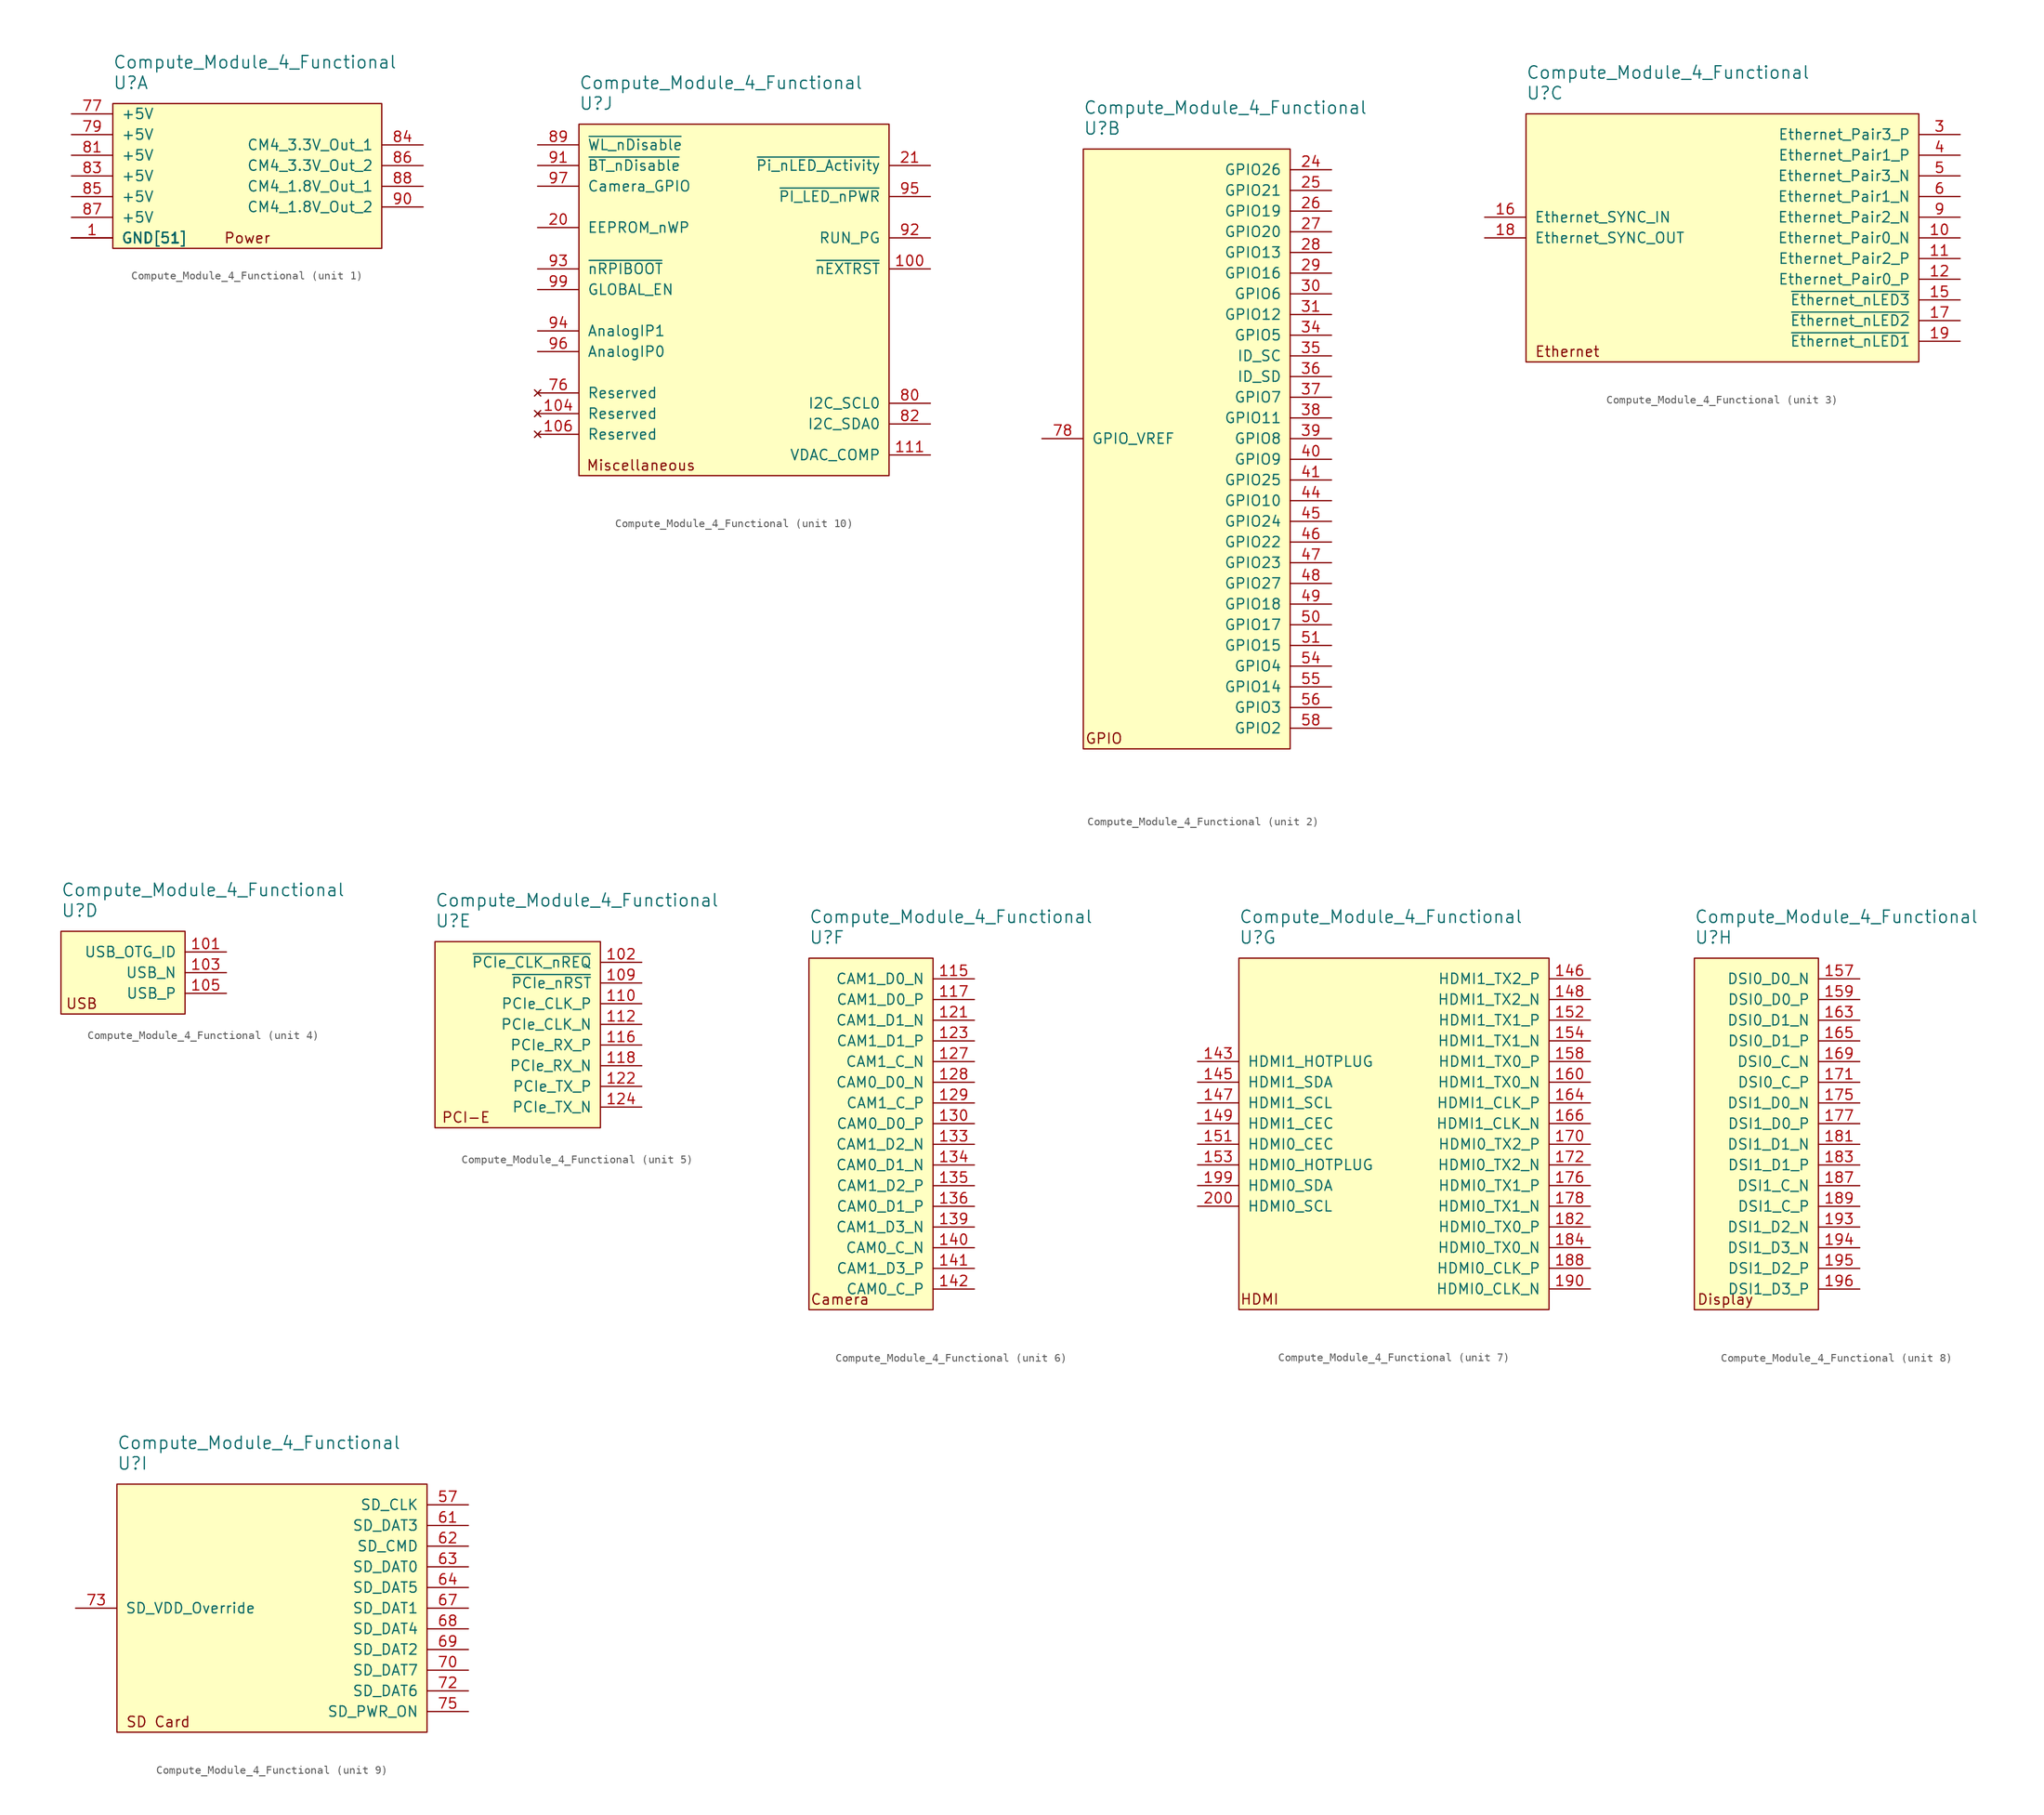
<source format=kicad_sym>
(kicad_symbol_lib
  (version 20231120)
  (generator "kicad_symbol_editor")
  (generator_version "8.0")
  (symbol "Compute_Module_4_Functional"
    (pin_names
      (offset 1.016))
    (property "Reference" "U"
      (at 5.08 5.08 0)
      (effects (font (size 1.524 1.524)) (justify left)))
    (property "Value" "Compute_Module_4_Functional"
      (at 5.08 7.62 0)
      (effects (font (size 1.524 1.524)) (justify left)))
    (property "ki_locked" ""
      (at 0 0 0)
      (effects (font (size 1.27 1.27))))
    (symbol "Compute_Module_4_Functional_1_0"
      (text "Power" (at 21.59 -13.97 0) (effects (font (size 1.27 1.27)))))
    (symbol "Compute_Module_4_Functional_1_1"
      (rectangle (start 5.08 2.54) (end 38.1 -15.24) (stroke (width 0) (type solid)) (fill (type background)))
      (pin power_in line (at 0 -13.97 0) (length 5.08) (name "GND[51]" (effects (font (size 1.27 1.27)))) (number "1" (effects (font (size 1.27 1.27)))))
      (pin power_in line (at 0 -13.97 0) (length 5.08) (name "GND[51]" (effects (font (size 1.27 1.27)))) (number "107" (effects (font (size 0 0)))))
      (pin power_in line (at 0 -13.97 0) (length 5.08) (name "GND[51]" (effects (font (size 1.27 1.27)))) (number "108" (effects (font (size 0 0)))))
      (pin power_in line (at 0 -13.97 0) (length 5.08) (name "GND[51]" (effects (font (size 1.27 1.27)))) (number "113" (effects (font (size 0 0)))))
      (pin power_in line (at 0 -13.97 0) (length 5.08) (name "GND[51]" (effects (font (size 1.27 1.27)))) (number "114" (effects (font (size 0 0)))))
      (pin power_in line (at 0 -13.97 0) (length 5.08) (name "GND[51]" (effects (font (size 1.27 1.27)))) (number "119" (effects (font (size 0 0)))))
      (pin power_in line (at 0 -13.97 0) (length 5.08) (name "GND[51]" (effects (font (size 1.27 1.27)))) (number "120" (effects (font (size 0 0)))))
      (pin power_in line (at 0 -13.97 0) (length 5.08) (name "GND[51]" (effects (font (size 1.27 1.27)))) (number "125" (effects (font (size 0 0)))))
      (pin power_in line (at 0 -13.97 0) (length 5.08) (name "GND[51]" (effects (font (size 1.27 1.27)))) (number "126" (effects (font (size 0 0)))))
      (pin power_in line (at 0 -13.97 0) (length 5.08) (name "GND[51]" (effects (font (size 1.27 1.27)))) (number "13" (effects (font (size 0 0)))))
      (pin power_in line (at 0 -13.97 0) (length 5.08) (name "GND[51]" (effects (font (size 1.27 1.27)))) (number "131" (effects (font (size 0 0)))))
      (pin power_in line (at 0 -13.97 0) (length 5.08) (name "GND[51]" (effects (font (size 1.27 1.27)))) (number "132" (effects (font (size 0 0)))))
      (pin power_in line (at 0 -13.97 0) (length 5.08) (name "GND[51]" (effects (font (size 1.27 1.27)))) (number "137" (effects (font (size 0 0)))))
      (pin power_in line (at 0 -13.97 0) (length 5.08) (name "GND[51]" (effects (font (size 1.27 1.27)))) (number "138" (effects (font (size 0 0)))))
      (pin power_in line (at 0 -13.97 0) (length 5.08) (name "GND[51]" (effects (font (size 1.27 1.27)))) (number "14" (effects (font (size 0 0)))))
      (pin power_in line (at 0 -13.97 0) (length 5.08) (name "GND[51]" (effects (font (size 1.27 1.27)))) (number "144" (effects (font (size 0 0)))))
      (pin power_in line (at 0 -13.97 0) (length 5.08) (name "GND[51]" (effects (font (size 1.27 1.27)))) (number "150" (effects (font (size 0 0)))))
      (pin power_in line (at 0 -13.97 0) (length 5.08) (name "GND[51]" (effects (font (size 1.27 1.27)))) (number "155" (effects (font (size 0 0)))))
      (pin power_in line (at 0 -13.97 0) (length 5.08) (name "GND[51]" (effects (font (size 1.27 1.27)))) (number "156" (effects (font (size 0 0)))))
      (pin power_in line (at 0 -13.97 0) (length 5.08) (name "GND[51]" (effects (font (size 1.27 1.27)))) (number "161" (effects (font (size 0 0)))))
      (pin power_in line (at 0 -13.97 0) (length 5.08) (name "GND[51]" (effects (font (size 1.27 1.27)))) (number "162" (effects (font (size 0 0)))))
      (pin power_in line (at 0 -13.97 0) (length 5.08) (name "GND[51]" (effects (font (size 1.27 1.27)))) (number "167" (effects (font (size 0 0)))))
      (pin power_in line (at 0 -13.97 0) (length 5.08) (name "GND[51]" (effects (font (size 1.27 1.27)))) (number "168" (effects (font (size 0 0)))))
      (pin power_in line (at 0 -13.97 0) (length 5.08) (name "GND[51]" (effects (font (size 1.27 1.27)))) (number "173" (effects (font (size 0 0)))))
      (pin power_in line (at 0 -13.97 0) (length 5.08) (name "GND[51]" (effects (font (size 1.27 1.27)))) (number "174" (effects (font (size 0 0)))))
      (pin power_in line (at 0 -13.97 0) (length 5.08) (name "GND[51]" (effects (font (size 1.27 1.27)))) (number "179" (effects (font (size 0 0)))))
      (pin power_in line (at 0 -13.97 0) (length 5.08) (name "GND[51]" (effects (font (size 1.27 1.27)))) (number "180" (effects (font (size 0 0)))))
      (pin power_in line (at 0 -13.97 0) (length 5.08) (name "GND[51]" (effects (font (size 1.27 1.27)))) (number "185" (effects (font (size 0 0)))))
      (pin power_in line (at 0 -13.97 0) (length 5.08) (name "GND[51]" (effects (font (size 1.27 1.27)))) (number "186" (effects (font (size 0 0)))))
      (pin power_in line (at 0 -13.97 0) (length 5.08) (name "GND[51]" (effects (font (size 1.27 1.27)))) (number "191" (effects (font (size 0 0)))))
      (pin power_in line (at 0 -13.97 0) (length 5.08) (name "GND[51]" (effects (font (size 1.27 1.27)))) (number "192" (effects (font (size 0 0)))))
      (pin power_in line (at 0 -13.97 0) (length 5.08) (name "GND[51]" (effects (font (size 1.27 1.27)))) (number "197" (effects (font (size 0 0)))))
      (pin power_in line (at 0 -13.97 0) (length 5.08) (name "GND[51]" (effects (font (size 1.27 1.27)))) (number "198" (effects (font (size 0 0)))))
      (pin power_in line (at 0 -13.97 0) (length 5.08) (name "GND[51]" (effects (font (size 1.27 1.27)))) (number "2" (effects (font (size 0 0)))))
      (pin power_in line (at 0 -13.97 0) (length 5.08) (name "GND[51]" (effects (font (size 1.27 1.27)))) (number "22" (effects (font (size 0 0)))))
      (pin power_in line (at 0 -13.97 0) (length 5.08) (name "GND[51]" (effects (font (size 1.27 1.27)))) (number "23" (effects (font (size 0 0)))))
      (pin power_in line (at 0 -13.97 0) (length 5.08) (name "GND[51]" (effects (font (size 1.27 1.27)))) (number "32" (effects (font (size 0 0)))))
      (pin power_in line (at 0 -13.97 0) (length 5.08) (name "GND[51]" (effects (font (size 1.27 1.27)))) (number "33" (effects (font (size 0 0)))))
      (pin power_in line (at 0 -13.97 0) (length 5.08) (name "GND[51]" (effects (font (size 1.27 1.27)))) (number "42" (effects (font (size 0 0)))))
      (pin power_in line (at 0 -13.97 0) (length 5.08) (name "GND[51]" (effects (font (size 1.27 1.27)))) (number "43" (effects (font (size 0 0)))))
      (pin power_in line (at 0 -13.97 0) (length 5.08) (name "GND[51]" (effects (font (size 1.27 1.27)))) (number "52" (effects (font (size 0 0)))))
      (pin power_in line (at 0 -13.97 0) (length 5.08) (name "GND[51]" (effects (font (size 1.27 1.27)))) (number "53" (effects (font (size 0 0)))))
      (pin power_in line (at 0 -13.97 0) (length 5.08) (name "GND[51]" (effects (font (size 1.27 1.27)))) (number "59" (effects (font (size 0 0)))))
      (pin power_in line (at 0 -13.97 0) (length 5.08) (name "GND[51]" (effects (font (size 1.27 1.27)))) (number "60" (effects (font (size 0 0)))))
      (pin power_in line (at 0 -13.97 0) (length 5.08) (name "GND[51]" (effects (font (size 1.27 1.27)))) (number "65" (effects (font (size 0 0)))))
      (pin power_in line (at 0 -13.97 0) (length 5.08) (name "GND[51]" (effects (font (size 1.27 1.27)))) (number "66" (effects (font (size 0 0)))))
      (pin power_in line (at 0 -13.97 0) (length 5.08) (name "GND[51]" (effects (font (size 1.27 1.27)))) (number "7" (effects (font (size 0 0)))))
      (pin power_in line (at 0 -13.97 0) (length 5.08) (name "GND[51]" (effects (font (size 1.27 1.27)))) (number "71" (effects (font (size 0 0)))))
      (pin power_in line (at 0 -13.97 0) (length 5.08) (name "GND[51]" (effects (font (size 1.27 1.27)))) (number "74" (effects (font (size 0 0)))))
      (pin power_in line (at 0 1.27 0) (length 5.08) (name "+5V" (effects (font (size 1.27 1.27)))) (number "77" (effects (font (size 1.27 1.27)))))
      (pin power_in line (at 0 -1.27 0) (length 5.08) (name "+5V" (effects (font (size 1.27 1.27)))) (number "79" (effects (font (size 1.27 1.27)))))
      (pin power_in line (at 0 -13.97 0) (length 5.08) (name "GND[51]" (effects (font (size 1.27 1.27)))) (number "8" (effects (font (size 0 0)))))
      (pin power_in line (at 0 -3.81 0) (length 5.08) (name "+5V" (effects (font (size 1.27 1.27)))) (number "81" (effects (font (size 1.27 1.27)))))
      (pin power_in line (at 0 -6.35 0) (length 5.08) (name "+5V" (effects (font (size 1.27 1.27)))) (number "83" (effects (font (size 1.27 1.27)))))
      (pin power_out line (at 43.18 -2.54 180) (length 5.08) (name "CM4_3.3V_Out_1" (effects (font (size 1.27 1.27)))) (number "84" (effects (font (size 1.27 1.27)))))
      (pin power_in line (at 0 -8.89 0) (length 5.08) (name "+5V" (effects (font (size 1.27 1.27)))) (number "85" (effects (font (size 1.27 1.27)))))
      (pin power_out line (at 43.18 -5.08 180) (length 5.08) (name "CM4_3.3V_Out_2" (effects (font (size 1.27 1.27)))) (number "86" (effects (font (size 1.27 1.27)))))
      (pin power_in line (at 0 -11.43 0) (length 5.08) (name "+5V" (effects (font (size 1.27 1.27)))) (number "87" (effects (font (size 1.27 1.27)))))
      (pin power_out line (at 43.18 -7.62 180) (length 5.08) (name "CM4_1.8V_Out_1" (effects (font (size 1.27 1.27)))) (number "88" (effects (font (size 1.27 1.27)))))
      (pin power_out line (at 43.18 -10.16 180) (length 5.08) (name "CM4_1.8V_Out_2" (effects (font (size 1.27 1.27)))) (number "90" (effects (font (size 1.27 1.27)))))
      (pin power_in line (at 0 -13.97 0) (length 5.08) (name "GND[51]" (effects (font (size 1.27 1.27)))) (number "98" (effects (font (size 0 0))))))
    (symbol "Compute_Module_4_Functional_2_0"
      (text "GPIO" (at 7.62 -69.85 0) (effects (font (size 1.27 1.27)))))
    (symbol "Compute_Module_4_Functional_2_1"
      (rectangle (start 5.08 2.54) (end 30.48 -71.12) (stroke (width 0) (type solid)) (fill (type background)))
      (pin passive line (at 35.56 0 180) (length 5.08) (name "GPIO26" (effects (font (size 1.27 1.27)))) (number "24" (effects (font (size 1.27 1.27)))))
      (pin passive line (at 35.56 -2.54 180) (length 5.08) (name "GPIO21" (effects (font (size 1.27 1.27)))) (number "25" (effects (font (size 1.27 1.27)))))
      (pin passive line (at 35.56 -5.08 180) (length 5.08) (name "GPIO19" (effects (font (size 1.27 1.27)))) (number "26" (effects (font (size 1.27 1.27)))))
      (pin passive line (at 35.56 -7.62 180) (length 5.08) (name "GPIO20" (effects (font (size 1.27 1.27)))) (number "27" (effects (font (size 1.27 1.27)))))
      (pin passive line (at 35.56 -10.16 180) (length 5.08) (name "GPIO13" (effects (font (size 1.27 1.27)))) (number "28" (effects (font (size 1.27 1.27)))))
      (pin passive line (at 35.56 -12.7 180) (length 5.08) (name "GPIO16" (effects (font (size 1.27 1.27)))) (number "29" (effects (font (size 1.27 1.27)))))
      (pin passive line (at 35.56 -15.24 180) (length 5.08) (name "GPIO6" (effects (font (size 1.27 1.27)))) (number "30" (effects (font (size 1.27 1.27)))))
      (pin passive line (at 35.56 -17.78 180) (length 5.08) (name "GPIO12" (effects (font (size 1.27 1.27)))) (number "31" (effects (font (size 1.27 1.27)))))
      (pin passive line (at 35.56 -20.32 180) (length 5.08) (name "GPIO5" (effects (font (size 1.27 1.27)))) (number "34" (effects (font (size 1.27 1.27)))))
      (pin passive line (at 35.56 -22.86 180) (length 5.08) (name "ID_SC" (effects (font (size 1.27 1.27)))) (number "35" (effects (font (size 1.27 1.27)))))
      (pin passive line (at 35.56 -25.4 180) (length 5.08) (name "ID_SD" (effects (font (size 1.27 1.27)))) (number "36" (effects (font (size 1.27 1.27)))))
      (pin passive line (at 35.56 -27.94 180) (length 5.08) (name "GPIO7" (effects (font (size 1.27 1.27)))) (number "37" (effects (font (size 1.27 1.27)))))
      (pin passive line (at 35.56 -30.48 180) (length 5.08) (name "GPIO11" (effects (font (size 1.27 1.27)))) (number "38" (effects (font (size 1.27 1.27)))))
      (pin passive line (at 35.56 -33.02 180) (length 5.08) (name "GPIO8" (effects (font (size 1.27 1.27)))) (number "39" (effects (font (size 1.27 1.27)))))
      (pin passive line (at 35.56 -35.56 180) (length 5.08) (name "GPIO9" (effects (font (size 1.27 1.27)))) (number "40" (effects (font (size 1.27 1.27)))))
      (pin passive line (at 35.56 -38.1 180) (length 5.08) (name "GPIO25" (effects (font (size 1.27 1.27)))) (number "41" (effects (font (size 1.27 1.27)))))
      (pin passive line (at 35.56 -40.64 180) (length 5.08) (name "GPIO10" (effects (font (size 1.27 1.27)))) (number "44" (effects (font (size 1.27 1.27)))))
      (pin passive line (at 35.56 -43.18 180) (length 5.08) (name "GPIO24" (effects (font (size 1.27 1.27)))) (number "45" (effects (font (size 1.27 1.27)))))
      (pin passive line (at 35.56 -45.72 180) (length 5.08) (name "GPIO22" (effects (font (size 1.27 1.27)))) (number "46" (effects (font (size 1.27 1.27)))))
      (pin passive line (at 35.56 -48.26 180) (length 5.08) (name "GPIO23" (effects (font (size 1.27 1.27)))) (number "47" (effects (font (size 1.27 1.27)))))
      (pin passive line (at 35.56 -50.8 180) (length 5.08) (name "GPIO27" (effects (font (size 1.27 1.27)))) (number "48" (effects (font (size 1.27 1.27)))))
      (pin passive line (at 35.56 -53.34 180) (length 5.08) (name "GPIO18" (effects (font (size 1.27 1.27)))) (number "49" (effects (font (size 1.27 1.27)))))
      (pin passive line (at 35.56 -55.88 180) (length 5.08) (name "GPIO17" (effects (font (size 1.27 1.27)))) (number "50" (effects (font (size 1.27 1.27)))))
      (pin passive line (at 35.56 -58.42 180) (length 5.08) (name "GPIO15" (effects (font (size 1.27 1.27)))) (number "51" (effects (font (size 1.27 1.27)))))
      (pin passive line (at 35.56 -60.96 180) (length 5.08) (name "GPIO4" (effects (font (size 1.27 1.27)))) (number "54" (effects (font (size 1.27 1.27)))))
      (pin passive line (at 35.56 -63.5 180) (length 5.08) (name "GPIO14" (effects (font (size 1.27 1.27)))) (number "55" (effects (font (size 1.27 1.27)))))
      (pin passive line (at 35.56 -66.04 180) (length 5.08) (name "GPIO3" (effects (font (size 1.27 1.27)))) (number "56" (effects (font (size 1.27 1.27)))))
      (pin passive line (at 35.56 -68.58 180) (length 5.08) (name "GPIO2" (effects (font (size 1.27 1.27)))) (number "58" (effects (font (size 1.27 1.27)))))
      (pin power_in line (at 0 -33.02 0) (length 5.08) (name "GPIO_VREF" (effects (font (size 1.27 1.27)))) (number "78" (effects (font (size 1.27 1.27))))))
    (symbol "Compute_Module_4_Functional_3_0"
      (text "Ethernet" (at 10.16 -26.67 0) (effects (font (size 1.27 1.27)))))
    (symbol "Compute_Module_4_Functional_3_1"
      (rectangle (start 5.08 2.54) (end 53.34 -27.94) (stroke (width 0) (type solid)) (fill (type background)))
      (pin passive line (at 58.42 -12.7 180) (length 5.08) (name "Ethernet_Pair0_N" (effects (font (size 1.27 1.27)))) (number "10" (effects (font (size 1.27 1.27)))))
      (pin passive line (at 58.42 -15.24 180) (length 5.08) (name "Ethernet_Pair2_P" (effects (font (size 1.27 1.27)))) (number "11" (effects (font (size 1.27 1.27)))))
      (pin passive line (at 58.42 -17.78 180) (length 5.08) (name "Ethernet_Pair0_P" (effects (font (size 1.27 1.27)))) (number "12" (effects (font (size 1.27 1.27)))))
      (pin output line (at 58.42 -20.32 180) (length 5.08) (name "~{Ethernet_nLED3}" (effects (font (size 1.27 1.27)))) (number "15" (effects (font (size 1.27 1.27)))))
      (pin input line (at 0 -10.16 0) (length 5.08) (name "Ethernet_SYNC_IN" (effects (font (size 1.27 1.27)))) (number "16" (effects (font (size 1.27 1.27)))))
      (pin output line (at 58.42 -22.86 180) (length 5.08) (name "~{Ethernet_nLED2}" (effects (font (size 1.27 1.27)))) (number "17" (effects (font (size 1.27 1.27)))))
      (pin input line (at 0 -12.7 0) (length 5.08) (name "Ethernet_SYNC_OUT" (effects (font (size 1.27 1.27)))) (number "18" (effects (font (size 1.27 1.27)))))
      (pin output line (at 58.42 -25.4 180) (length 5.08) (name "~{Ethernet_nLED1}" (effects (font (size 1.27 1.27)))) (number "19" (effects (font (size 1.27 1.27)))))
      (pin passive line (at 58.42 0 180) (length 5.08) (name "Ethernet_Pair3_P" (effects (font (size 1.27 1.27)))) (number "3" (effects (font (size 1.27 1.27)))))
      (pin passive line (at 58.42 -2.54 180) (length 5.08) (name "Ethernet_Pair1_P" (effects (font (size 1.27 1.27)))) (number "4" (effects (font (size 1.27 1.27)))))
      (pin passive line (at 58.42 -5.08 180) (length 5.08) (name "Ethernet_Pair3_N" (effects (font (size 1.27 1.27)))) (number "5" (effects (font (size 1.27 1.27)))))
      (pin passive line (at 58.42 -7.62 180) (length 5.08) (name "Ethernet_Pair1_N" (effects (font (size 1.27 1.27)))) (number "6" (effects (font (size 1.27 1.27)))))
      (pin passive line (at 58.42 -10.16 180) (length 5.08) (name "Ethernet_Pair2_N" (effects (font (size 1.27 1.27)))) (number "9" (effects (font (size 1.27 1.27))))))
    (symbol "Compute_Module_4_Functional_4_0"
      (text "USB" (at 7.62 -6.35 0) (effects (font (size 1.27 1.27)))))
    (symbol "Compute_Module_4_Functional_4_1"
      (rectangle (start 5.08 2.54) (end 20.32 -7.62) (stroke (width 0) (type solid)) (fill (type background)))
      (pin input line (at 25.4 0 180) (length 5.08) (name "USB_OTG_ID" (effects (font (size 1.27 1.27)))) (number "101" (effects (font (size 1.27 1.27)))))
      (pin passive line (at 25.4 -2.54 180) (length 5.08) (name "USB_N" (effects (font (size 1.27 1.27)))) (number "103" (effects (font (size 1.27 1.27)))))
      (pin passive line (at 25.4 -5.08 180) (length 5.08) (name "USB_P" (effects (font (size 1.27 1.27)))) (number "105" (effects (font (size 1.27 1.27))))))
    (symbol "Compute_Module_4_Functional_5_0"
      (text "PCI-E" (at 8.89 -19.05 0) (effects (font (size 1.27 1.27)))))
    (symbol "Compute_Module_4_Functional_5_1"
      (rectangle (start 5.08 2.54) (end 25.4 -20.32) (stroke (width 0) (type solid)) (fill (type background)))
      (pin input line (at 30.48 0 180) (length 5.08) (name "~{PCIe_CLK_nREQ}" (effects (font (size 1.27 1.27)))) (number "102" (effects (font (size 1.27 1.27)))))
      (pin output line (at 30.48 -2.54 180) (length 5.08) (name "~{PCIe_nRST}" (effects (font (size 1.27 1.27)))) (number "109" (effects (font (size 1.27 1.27)))))
      (pin output line (at 30.48 -5.08 180) (length 5.08) (name "PCIe_CLK_P" (effects (font (size 1.27 1.27)))) (number "110" (effects (font (size 1.27 1.27)))))
      (pin output line (at 30.48 -7.62 180) (length 5.08) (name "PCIe_CLK_N" (effects (font (size 1.27 1.27)))) (number "112" (effects (font (size 1.27 1.27)))))
      (pin input line (at 30.48 -10.16 180) (length 5.08) (name "PCIe_RX_P" (effects (font (size 1.27 1.27)))) (number "116" (effects (font (size 1.27 1.27)))))
      (pin input line (at 30.48 -12.7 180) (length 5.08) (name "PCIe_RX_N" (effects (font (size 1.27 1.27)))) (number "118" (effects (font (size 1.27 1.27)))))
      (pin output line (at 30.48 -15.24 180) (length 5.08) (name "PCIe_TX_P" (effects (font (size 1.27 1.27)))) (number "122" (effects (font (size 1.27 1.27)))))
      (pin output line (at 30.48 -17.78 180) (length 5.08) (name "PCIe_TX_N" (effects (font (size 1.27 1.27)))) (number "124" (effects (font (size 1.27 1.27))))))
    (symbol "Compute_Module_4_Functional_6_0"
      (text "Camera" (at 8.89 -39.37 0) (effects (font (size 1.27 1.27)))))
    (symbol "Compute_Module_4_Functional_6_1"
      (rectangle (start 5.08 2.54) (end 20.32 -40.64) (stroke (width 0) (type solid)) (fill (type background)))
      (pin input line (at 25.4 0 180) (length 5.08) (name "CAM1_D0_N" (effects (font (size 1.27 1.27)))) (number "115" (effects (font (size 1.27 1.27)))))
      (pin input line (at 25.4 -2.54 180) (length 5.08) (name "CAM1_D0_P" (effects (font (size 1.27 1.27)))) (number "117" (effects (font (size 1.27 1.27)))))
      (pin input line (at 25.4 -5.08 180) (length 5.08) (name "CAM1_D1_N" (effects (font (size 1.27 1.27)))) (number "121" (effects (font (size 1.27 1.27)))))
      (pin input line (at 25.4 -7.62 180) (length 5.08) (name "CAM1_D1_P" (effects (font (size 1.27 1.27)))) (number "123" (effects (font (size 1.27 1.27)))))
      (pin input line (at 25.4 -10.16 180) (length 5.08) (name "CAM1_C_N" (effects (font (size 1.27 1.27)))) (number "127" (effects (font (size 1.27 1.27)))))
      (pin input line (at 25.4 -12.7 180) (length 5.08) (name "CAM0_D0_N" (effects (font (size 1.27 1.27)))) (number "128" (effects (font (size 1.27 1.27)))))
      (pin input line (at 25.4 -15.24 180) (length 5.08) (name "CAM1_C_P" (effects (font (size 1.27 1.27)))) (number "129" (effects (font (size 1.27 1.27)))))
      (pin input line (at 25.4 -17.78 180) (length 5.08) (name "CAM0_D0_P" (effects (font (size 1.27 1.27)))) (number "130" (effects (font (size 1.27 1.27)))))
      (pin input line (at 25.4 -20.32 180) (length 5.08) (name "CAM1_D2_N" (effects (font (size 1.27 1.27)))) (number "133" (effects (font (size 1.27 1.27)))))
      (pin input line (at 25.4 -22.86 180) (length 5.08) (name "CAM0_D1_N" (effects (font (size 1.27 1.27)))) (number "134" (effects (font (size 1.27 1.27)))))
      (pin input line (at 25.4 -25.4 180) (length 5.08) (name "CAM1_D2_P" (effects (font (size 1.27 1.27)))) (number "135" (effects (font (size 1.27 1.27)))))
      (pin input line (at 25.4 -27.94 180) (length 5.08) (name "CAM0_D1_P" (effects (font (size 1.27 1.27)))) (number "136" (effects (font (size 1.27 1.27)))))
      (pin input line (at 25.4 -30.48 180) (length 5.08) (name "CAM1_D3_N" (effects (font (size 1.27 1.27)))) (number "139" (effects (font (size 1.27 1.27)))))
      (pin input line (at 25.4 -33.02 180) (length 5.08) (name "CAM0_C_N" (effects (font (size 1.27 1.27)))) (number "140" (effects (font (size 1.27 1.27)))))
      (pin input line (at 25.4 -35.56 180) (length 5.08) (name "CAM1_D3_P" (effects (font (size 1.27 1.27)))) (number "141" (effects (font (size 1.27 1.27)))))
      (pin input line (at 25.4 -38.1 180) (length 5.08) (name "CAM0_C_P" (effects (font (size 1.27 1.27)))) (number "142" (effects (font (size 1.27 1.27))))))
    (symbol "Compute_Module_4_Functional_7_0"
      (text "HDMI" (at 7.62 -39.37 0) (effects (font (size 1.27 1.27)))))
    (symbol "Compute_Module_4_Functional_7_1"
      (rectangle (start 5.08 2.54) (end 43.18 -40.64) (stroke (width 0) (type solid)) (fill (type background)))
      (pin input line (at 0 -10.16 0) (length 5.08) (name "HDMI1_HOTPLUG" (effects (font (size 1.27 1.27)))) (number "143" (effects (font (size 1.27 1.27)))))
      (pin bidirectional line (at 0 -12.7 0) (length 5.08) (name "HDMI1_SDA" (effects (font (size 1.27 1.27)))) (number "145" (effects (font (size 1.27 1.27)))))
      (pin output line (at 48.26 0 180) (length 5.08) (name "HDMI1_TX2_P" (effects (font (size 1.27 1.27)))) (number "146" (effects (font (size 1.27 1.27)))))
      (pin open_collector line (at 0 -15.24 0) (length 5.08) (name "HDMI1_SCL" (effects (font (size 1.27 1.27)))) (number "147" (effects (font (size 1.27 1.27)))))
      (pin output line (at 48.26 -2.54 180) (length 5.08) (name "HDMI1_TX2_N" (effects (font (size 1.27 1.27)))) (number "148" (effects (font (size 1.27 1.27)))))
      (pin open_collector line (at 0 -17.78 0) (length 5.08) (name "HDMI1_CEC" (effects (font (size 1.27 1.27)))) (number "149" (effects (font (size 1.27 1.27)))))
      (pin open_collector line (at 0 -20.32 0) (length 5.08) (name "HDMI0_CEC" (effects (font (size 1.27 1.27)))) (number "151" (effects (font (size 1.27 1.27)))))
      (pin output line (at 48.26 -5.08 180) (length 5.08) (name "HDMI1_TX1_P" (effects (font (size 1.27 1.27)))) (number "152" (effects (font (size 1.27 1.27)))))
      (pin input line (at 0 -22.86 0) (length 5.08) (name "HDMI0_HOTPLUG" (effects (font (size 1.27 1.27)))) (number "153" (effects (font (size 1.27 1.27)))))
      (pin output line (at 48.26 -7.62 180) (length 5.08) (name "HDMI1_TX1_N" (effects (font (size 1.27 1.27)))) (number "154" (effects (font (size 1.27 1.27)))))
      (pin output line (at 48.26 -10.16 180) (length 5.08) (name "HDMI1_TX0_P" (effects (font (size 1.27 1.27)))) (number "158" (effects (font (size 1.27 1.27)))))
      (pin output line (at 48.26 -12.7 180) (length 5.08) (name "HDMI1_TX0_N" (effects (font (size 1.27 1.27)))) (number "160" (effects (font (size 1.27 1.27)))))
      (pin output line (at 48.26 -15.24 180) (length 5.08) (name "HDMI1_CLK_P" (effects (font (size 1.27 1.27)))) (number "164" (effects (font (size 1.27 1.27)))))
      (pin output line (at 48.26 -17.78 180) (length 5.08) (name "HDMI1_CLK_N" (effects (font (size 1.27 1.27)))) (number "166" (effects (font (size 1.27 1.27)))))
      (pin output line (at 48.26 -20.32 180) (length 5.08) (name "HDMI0_TX2_P" (effects (font (size 1.27 1.27)))) (number "170" (effects (font (size 1.27 1.27)))))
      (pin output line (at 48.26 -22.86 180) (length 5.08) (name "HDMI0_TX2_N" (effects (font (size 1.27 1.27)))) (number "172" (effects (font (size 1.27 1.27)))))
      (pin output line (at 48.26 -25.4 180) (length 5.08) (name "HDMI0_TX1_P" (effects (font (size 1.27 1.27)))) (number "176" (effects (font (size 1.27 1.27)))))
      (pin output line (at 48.26 -27.94 180) (length 5.08) (name "HDMI0_TX1_N" (effects (font (size 1.27 1.27)))) (number "178" (effects (font (size 1.27 1.27)))))
      (pin output line (at 48.26 -30.48 180) (length 5.08) (name "HDMI0_TX0_P" (effects (font (size 1.27 1.27)))) (number "182" (effects (font (size 1.27 1.27)))))
      (pin output line (at 48.26 -33.02 180) (length 5.08) (name "HDMI0_TX0_N" (effects (font (size 1.27 1.27)))) (number "184" (effects (font (size 1.27 1.27)))))
      (pin output line (at 48.26 -35.56 180) (length 5.08) (name "HDMI0_CLK_P" (effects (font (size 1.27 1.27)))) (number "188" (effects (font (size 1.27 1.27)))))
      (pin output line (at 48.26 -38.1 180) (length 5.08) (name "HDMI0_CLK_N" (effects (font (size 1.27 1.27)))) (number "190" (effects (font (size 1.27 1.27)))))
      (pin bidirectional line (at 0 -25.4 0) (length 5.08) (name "HDMI0_SDA" (effects (font (size 1.27 1.27)))) (number "199" (effects (font (size 1.27 1.27)))))
      (pin open_collector line (at 0 -27.94 0) (length 5.08) (name "HDMI0_SCL" (effects (font (size 1.27 1.27)))) (number "200" (effects (font (size 1.27 1.27))))))
    (symbol "Compute_Module_4_Functional_8_0"
      (text "Display" (at 8.89 -39.37 0) (effects (font (size 1.27 1.27)))))
    (symbol "Compute_Module_4_Functional_8_1"
      (rectangle (start 5.08 2.54) (end 20.32 -40.64) (stroke (width 0) (type solid)) (fill (type background)))
      (pin output line (at 25.4 0 180) (length 5.08) (name "DSI0_D0_N" (effects (font (size 1.27 1.27)))) (number "157" (effects (font (size 1.27 1.27)))))
      (pin output line (at 25.4 -2.54 180) (length 5.08) (name "DSI0_D0_P" (effects (font (size 1.27 1.27)))) (number "159" (effects (font (size 1.27 1.27)))))
      (pin output line (at 25.4 -5.08 180) (length 5.08) (name "DSI0_D1_N" (effects (font (size 1.27 1.27)))) (number "163" (effects (font (size 1.27 1.27)))))
      (pin output line (at 25.4 -7.62 180) (length 5.08) (name "DSI0_D1_P" (effects (font (size 1.27 1.27)))) (number "165" (effects (font (size 1.27 1.27)))))
      (pin output line (at 25.4 -10.16 180) (length 5.08) (name "DSI0_C_N" (effects (font (size 1.27 1.27)))) (number "169" (effects (font (size 1.27 1.27)))))
      (pin output line (at 25.4 -12.7 180) (length 5.08) (name "DSI0_C_P" (effects (font (size 1.27 1.27)))) (number "171" (effects (font (size 1.27 1.27)))))
      (pin output line (at 25.4 -15.24 180) (length 5.08) (name "DSI1_D0_N" (effects (font (size 1.27 1.27)))) (number "175" (effects (font (size 1.27 1.27)))))
      (pin output line (at 25.4 -17.78 180) (length 5.08) (name "DSI1_D0_P" (effects (font (size 1.27 1.27)))) (number "177" (effects (font (size 1.27 1.27)))))
      (pin output line (at 25.4 -20.32 180) (length 5.08) (name "DSI1_D1_N" (effects (font (size 1.27 1.27)))) (number "181" (effects (font (size 1.27 1.27)))))
      (pin output line (at 25.4 -22.86 180) (length 5.08) (name "DSI1_D1_P" (effects (font (size 1.27 1.27)))) (number "183" (effects (font (size 1.27 1.27)))))
      (pin output line (at 25.4 -25.4 180) (length 5.08) (name "DSI1_C_N" (effects (font (size 1.27 1.27)))) (number "187" (effects (font (size 1.27 1.27)))))
      (pin output line (at 25.4 -27.94 180) (length 5.08) (name "DSI1_C_P" (effects (font (size 1.27 1.27)))) (number "189" (effects (font (size 1.27 1.27)))))
      (pin output line (at 25.4 -30.48 180) (length 5.08) (name "DSI1_D2_N" (effects (font (size 1.27 1.27)))) (number "193" (effects (font (size 1.27 1.27)))))
      (pin output line (at 25.4 -33.02 180) (length 5.08) (name "DSI1_D3_N" (effects (font (size 1.27 1.27)))) (number "194" (effects (font (size 1.27 1.27)))))
      (pin output line (at 25.4 -35.56 180) (length 5.08) (name "DSI1_D2_P" (effects (font (size 1.27 1.27)))) (number "195" (effects (font (size 1.27 1.27)))))
      (pin output line (at 25.4 -38.1 180) (length 5.08) (name "DSI1_D3_P" (effects (font (size 1.27 1.27)))) (number "196" (effects (font (size 1.27 1.27))))))
    (symbol "Compute_Module_4_Functional_9_0"
      (text "SD Card" (at 10.16 -26.67 0) (effects (font (size 1.27 1.27)))))
    (symbol "Compute_Module_4_Functional_9_1"
      (rectangle (start 5.08 2.54) (end 43.18 -27.94) (stroke (width 0) (type solid)) (fill (type background)))
      (pin passive line (at 48.26 0 180) (length 5.08) (name "SD_CLK" (effects (font (size 1.27 1.27)))) (number "57" (effects (font (size 1.27 1.27)))))
      (pin passive line (at 48.26 -2.54 180) (length 5.08) (name "SD_DAT3" (effects (font (size 1.27 1.27)))) (number "61" (effects (font (size 1.27 1.27)))))
      (pin passive line (at 48.26 -5.08 180) (length 5.08) (name "SD_CMD" (effects (font (size 1.27 1.27)))) (number "62" (effects (font (size 1.27 1.27)))))
      (pin passive line (at 48.26 -7.62 180) (length 5.08) (name "SD_DAT0" (effects (font (size 1.27 1.27)))) (number "63" (effects (font (size 1.27 1.27)))))
      (pin passive line (at 48.26 -10.16 180) (length 5.08) (name "SD_DAT5" (effects (font (size 1.27 1.27)))) (number "64" (effects (font (size 1.27 1.27)))))
      (pin passive line (at 48.26 -12.7 180) (length 5.08) (name "SD_DAT1" (effects (font (size 1.27 1.27)))) (number "67" (effects (font (size 1.27 1.27)))))
      (pin passive line (at 48.26 -15.24 180) (length 5.08) (name "SD_DAT4" (effects (font (size 1.27 1.27)))) (number "68" (effects (font (size 1.27 1.27)))))
      (pin passive line (at 48.26 -17.78 180) (length 5.08) (name "SD_DAT2" (effects (font (size 1.27 1.27)))) (number "69" (effects (font (size 1.27 1.27)))))
      (pin passive line (at 48.26 -20.32 180) (length 5.08) (name "SD_DAT7" (effects (font (size 1.27 1.27)))) (number "70" (effects (font (size 1.27 1.27)))))
      (pin passive line (at 48.26 -22.86 180) (length 5.08) (name "SD_DAT6" (effects (font (size 1.27 1.27)))) (number "72" (effects (font (size 1.27 1.27)))))
      (pin input line (at 0 -12.7 0) (length 5.08) (name "SD_VDD_Override" (effects (font (size 1.27 1.27)))) (number "73" (effects (font (size 1.27 1.27)))))
      (pin output line (at 48.26 -25.4 180) (length 5.08) (name "SD_PWR_ON" (effects (font (size 1.27 1.27)))) (number "75" (effects (font (size 1.27 1.27))))))
    (symbol "Compute_Module_4_Functional_10_0"
      (text "Miscellaneous" (at 12.7 -39.37 0) (effects (font (size 1.27 1.27)))))
    (symbol "Compute_Module_4_Functional_10_1"
      (rectangle (start 5.08 2.54) (end 43.18 -40.64) (stroke (width 0) (type solid)) (fill (type background)))
      (pin output line (at 48.26 -15.24 180) (length 5.08) (name "~{nEXTRST}" (effects (font (size 1.27 1.27)))) (number "100" (effects (font (size 1.27 1.27)))))
      (pin no_connect line (at 0 -33.02 0) (length 5.08) (name "Reserved" (effects (font (size 1.27 1.27)))) (number "104" (effects (font (size 1.27 1.27)))))
      (pin no_connect line (at 0 -35.56 0) (length 5.08) (name "Reserved" (effects (font (size 1.27 1.27)))) (number "106" (effects (font (size 1.27 1.27)))))
      (pin output line (at 48.26 -38.1 180) (length 5.08) (name "VDAC_COMP" (effects (font (size 1.27 1.27)))) (number "111" (effects (font (size 1.27 1.27)))))
      (pin input line (at 0 -10.16 0) (length 5.08) (name "EEPROM_nWP" (effects (font (size 1.27 1.27)))) (number "20" (effects (font (size 1.27 1.27)))))
      (pin open_collector line (at 48.26 -2.54 180) (length 5.08) (name "~{Pi_nLED_Activity}" (effects (font (size 1.27 1.27)))) (number "21" (effects (font (size 1.27 1.27)))))
      (pin no_connect line (at 0 -30.48 0) (length 5.08) (name "Reserved" (effects (font (size 1.27 1.27)))) (number "76" (effects (font (size 1.27 1.27)))))
      (pin bidirectional line (at 48.26 -31.75 180) (length 5.08) (name "I2C_SCL0" (effects (font (size 1.27 1.27)))) (number "80" (effects (font (size 1.27 1.27)))))
      (pin bidirectional line (at 48.26 -34.29 180) (length 5.08) (name "I2C_SDA0" (effects (font (size 1.27 1.27)))) (number "82" (effects (font (size 1.27 1.27)))))
      (pin input line (at 0 0 0) (length 5.08) (name "~{WL_nDisable}" (effects (font (size 1.27 1.27)))) (number "89" (effects (font (size 1.27 1.27)))))
      (pin input line (at 0 -2.54 0) (length 5.08) (name "~{BT_nDisable}" (effects (font (size 1.27 1.27)))) (number "91" (effects (font (size 1.27 1.27)))))
      (pin passive line (at 48.26 -11.43 180) (length 5.08) (name "RUN_PG" (effects (font (size 1.27 1.27)))) (number "92" (effects (font (size 1.27 1.27)))))
      (pin input line (at 0 -15.24 0) (length 5.08) (name "~{nRPIBOOT}" (effects (font (size 1.27 1.27)))) (number "93" (effects (font (size 1.27 1.27)))))
      (pin passive line (at 0 -22.86 0) (length 5.08) (name "AnalogIP1" (effects (font (size 1.27 1.27)))) (number "94" (effects (font (size 1.27 1.27)))))
      (pin output line (at 48.26 -6.35 180) (length 5.08) (name "~{PI_LED_nPWR}" (effects (font (size 1.27 1.27)))) (number "95" (effects (font (size 1.27 1.27)))))
      (pin passive line (at 0 -25.4 0) (length 5.08) (name "AnalogIP0" (effects (font (size 1.27 1.27)))) (number "96" (effects (font (size 1.27 1.27)))))
      (pin input line (at 0 -5.08 0) (length 5.08) (name "Camera_GPIO" (effects (font (size 1.27 1.27)))) (number "97" (effects (font (size 1.27 1.27)))))
      (pin input line (at 0 -17.78 0) (length 5.08) (name "GLOBAL_EN" (effects (font (size 1.27 1.27)))) (number "99" (effects (font (size 1.27 1.27))))))))
</source>
